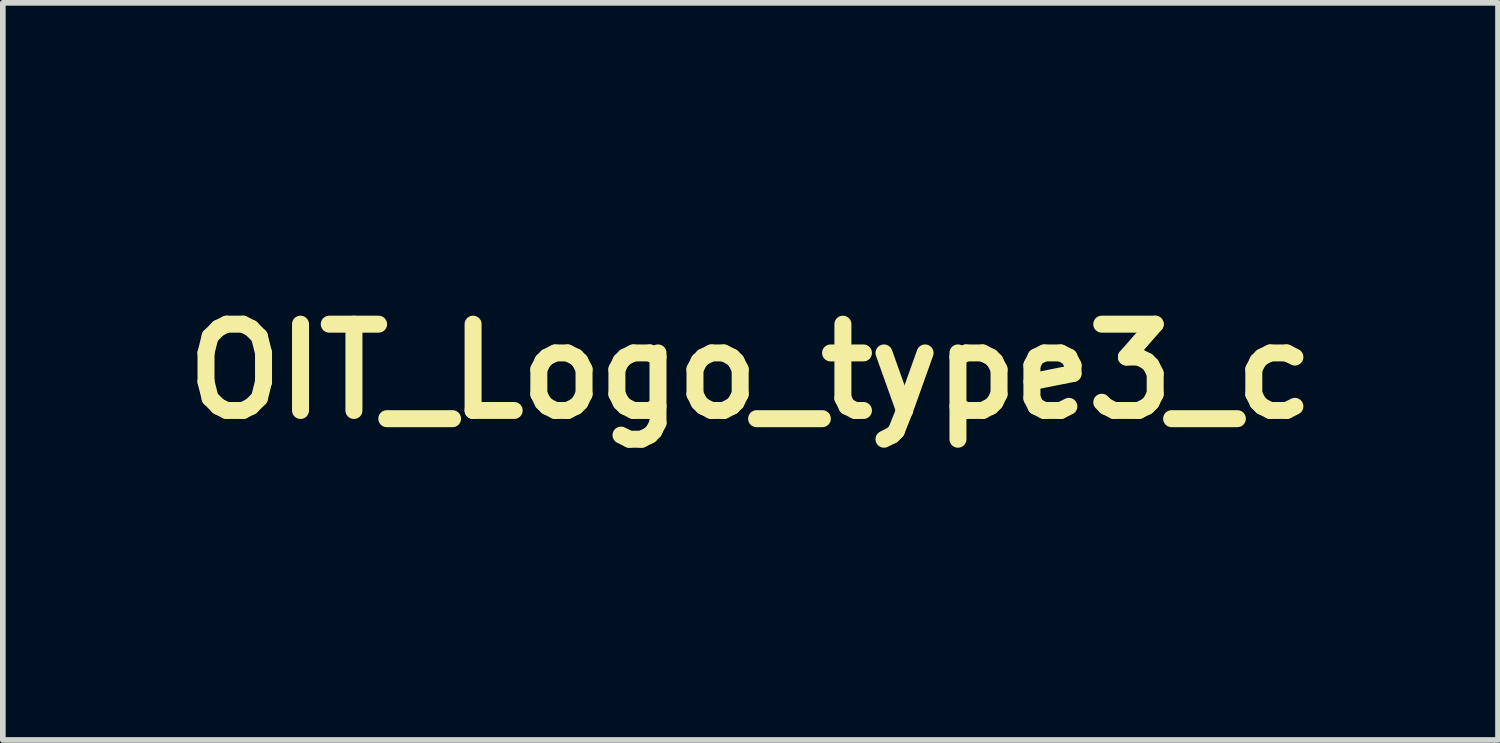
<source format=kicad_pcb>
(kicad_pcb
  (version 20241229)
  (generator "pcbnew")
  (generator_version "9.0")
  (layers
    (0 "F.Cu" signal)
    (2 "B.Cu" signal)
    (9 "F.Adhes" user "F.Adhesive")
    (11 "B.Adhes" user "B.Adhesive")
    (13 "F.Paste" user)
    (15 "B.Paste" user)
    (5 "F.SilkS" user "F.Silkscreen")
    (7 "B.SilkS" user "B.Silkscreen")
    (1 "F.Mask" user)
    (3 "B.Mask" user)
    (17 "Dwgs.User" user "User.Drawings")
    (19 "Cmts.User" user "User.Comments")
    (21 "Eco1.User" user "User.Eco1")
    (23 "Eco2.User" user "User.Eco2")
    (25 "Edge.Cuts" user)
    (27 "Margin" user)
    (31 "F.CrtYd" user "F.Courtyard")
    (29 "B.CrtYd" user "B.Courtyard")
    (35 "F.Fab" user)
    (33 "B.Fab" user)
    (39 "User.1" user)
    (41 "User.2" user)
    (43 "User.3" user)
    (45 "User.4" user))
  (footprint "OIT_Logo_type3_c"
    (layer "F.Cu")
    (at 10.204 3.51)
    (property "Reference" "OIT_Logo_type3_c" (at 0 0 0) (layer "F.SilkS") (effects (font (size 1.524 1.524) (thickness 0.3))))
    (attr through_hole)
    (fp_poly (pts (xy -1.448 -1.219) (xy -2.019 -1.219) (xy -2.019 -1.791) (xy -1.448 -1.791) (xy -1.448 -1.219)) (stroke (width 0.01) (type solid)) (fill yes) (layer "F.Mask"))
    (fp_poly (pts (xy -7.993 2.558) (xy -7.972 2.561) (xy -7.965 2.562) (xy -7.925 2.568) (xy -7.925 3.48) (xy -8.052 3.48) (xy -8.052 3.024) (xy -8.052 2.902) (xy -8.052 2.802) (xy -8.051 2.723) (xy -8.049 2.663) (xy -8.046 2.619) (xy -8.041 2.588) (xy -8.034 2.569) (xy -8.024 2.56) (xy -8.01 2.556) (xy -7.993 2.558)) (stroke (width 0.01) (type solid)) (fill yes) (layer "F.Mask"))
    (fp_poly (pts (xy -4.757 2.565) (xy -4.663 2.565) (xy -4.578 2.566) (xy -4.505 2.567) (xy -4.446 2.567) (xy -4.406 2.568) (xy -4.388 2.569) (xy -4.387 2.569) (xy -4.387 2.582) (xy -4.39 2.61) (xy -4.391 2.613) (xy -4.397 2.654) (xy -4.699 2.654) (xy -4.699 3.48) (xy -4.813 3.48) (xy -4.813 2.654) (xy -5.132 2.654) (xy -5.128 2.609) (xy -5.124 2.564) (xy -4.757 2.565)) (stroke (width 0.01) (type solid)) (fill yes) (layer "F.Mask"))
    (fp_poly (pts (xy -2.809 2.609) (xy -2.805 2.654) (xy -3.111 2.654) (xy -3.111 3.48) (xy -3.239 3.48) (xy -3.239 2.654) (xy -3.543 2.654) (xy -3.543 2.61) (xy -3.54 2.58) (xy -3.532 2.566) (xy -3.531 2.565) (xy -3.515 2.565) (xy -3.477 2.565) (xy -3.421 2.565) (xy -3.35 2.565) (xy -3.266 2.565) (xy -3.175 2.565) (xy -3.165 2.565) (xy -2.813 2.564) (xy -2.809 2.609)) (stroke (width 0.01) (type solid)) (fill yes) (layer "F.Mask"))
    (fp_poly (pts (xy -2.183 2.667) (xy -2.578 2.667) (xy -2.578 2.946) (xy -2.235 2.946) (xy -2.235 3.048) (xy -2.578 3.048) (xy -2.578 3.378) (xy -2.146 3.378) (xy -2.146 3.48) (xy -2.705 3.48) (xy -2.705 3.023) (xy -2.705 2.918) (xy -2.704 2.821) (xy -2.703 2.736) (xy -2.701 2.665) (xy -2.7 2.611) (xy -2.698 2.577) (xy -2.696 2.565) (xy -2.68 2.565) (xy -2.644 2.565) (xy -2.59 2.565) (xy -2.523 2.564) (xy -2.447 2.564) (xy -2.438 2.563) (xy -2.191 2.562) (xy -2.183 2.667)) (stroke (width 0.01) (type solid)) (fill yes) (layer "F.Mask"))
    (fp_poly (pts (xy 1.994 -2.375) (xy 0.838 -2.375) (xy 0.838 -1.791) (xy 1.41 -1.791) (xy 1.41 -0.648) (xy 1.994 -0.648) (xy 1.994 0.495) (xy -2.02 0.495) (xy -2.013 -0.641) (xy -0.922 -0.648) (xy -0.311 -0.648) (xy -0.016 -0.648) (xy 0.28 -0.648) (xy 0.276 -1.508) (xy 0.273 -2.369) (xy -0.016 -2.372) (xy -0.304 -2.375) (xy -0.308 -1.512) (xy -0.311 -0.648) (xy -0.922 -0.648) (xy -0.876 -0.648) (xy -0.876 -2.375) (xy -2.019 -2.375) (xy -2.019 -3.505) (xy 1.994 -3.505) (xy 1.994 -2.375)) (stroke (width 0.01) (type solid)) (fill yes) (layer "F.Mask"))
    (fp_poly (pts (xy 5.121 2.556) (xy 5.14 2.559) (xy 5.144 2.559) (xy 5.171 2.563) (xy 5.185 2.564) (xy 5.187 2.577) (xy 5.189 2.612) (xy 5.191 2.666) (xy 5.193 2.736) (xy 5.194 2.82) (xy 5.194 2.915) (xy 5.194 2.972) (xy 5.194 3.378) (xy 5.677 3.378) (xy 5.677 3.48) (xy 5.067 3.48) (xy 5.067 3.023) (xy 5.067 2.901) (xy 5.067 2.802) (xy 5.068 2.723) (xy 5.07 2.663) (xy 5.073 2.618) (xy 5.077 2.588) (xy 5.084 2.569) (xy 5.093 2.559) (xy 5.105 2.555) (xy 5.121 2.556)) (stroke (width 0.01) (type solid)) (fill yes) (layer "F.Mask"))
    (fp_poly (pts (xy -5.249 2.562) (xy -5.248 2.562) (xy -5.244 2.569) (xy -5.24 2.589) (xy -5.238 2.622) (xy -5.235 2.672) (xy -5.234 2.74) (xy -5.233 2.828) (xy -5.232 2.937) (xy -5.232 3.024) (xy -5.232 3.48) (xy -5.289 3.48) (xy -5.324 3.478) (xy -5.346 3.473) (xy -5.349 3.47) (xy -5.352 3.451) (xy -5.352 3.429) (xy -5.351 3.409) (xy -5.351 3.367) (xy -5.35 3.306) (xy -5.35 3.229) (xy -5.349 3.14) (xy -5.349 3.042) (xy -5.348 2.983) (xy -5.347 2.568) (xy -5.305 2.562) (xy -5.272 2.56) (xy -5.249 2.562)) (stroke (width 0.01) (type solid)) (fill yes) (layer "F.Mask"))
    (fp_poly (pts (xy -5.914 2.562) (xy -5.821 2.562) (xy -5.808 2.563) (xy -5.45 2.566) (xy -5.455 2.654) (xy -5.766 2.654) (xy -5.766 3.48) (xy -5.822 3.48) (xy -5.861 3.477) (xy -5.88 3.467) (xy -5.885 3.458) (xy -5.887 3.44) (xy -5.888 3.4) (xy -5.889 3.341) (xy -5.89 3.267) (xy -5.89 3.18) (xy -5.89 3.085) (xy -5.889 3.045) (xy -5.886 2.654) (xy -6.198 2.654) (xy -6.198 2.611) (xy -6.193 2.581) (xy -6.183 2.564) (xy -6.182 2.564) (xy -6.165 2.563) (xy -6.127 2.562) (xy -6.07 2.561) (xy -5.998 2.561) (xy -5.914 2.562)) (stroke (width 0.01) (type solid)) (fill yes) (layer "F.Mask"))
    (fp_poly (pts (xy 1.311 2.561) (xy 1.388 2.562) (xy 1.457 2.563) (xy 1.513 2.564) (xy 1.553 2.564) (xy 1.571 2.565) (xy 1.572 2.565) (xy 1.583 2.577) (xy 1.587 2.61) (xy 1.587 2.616) (xy 1.587 2.667) (xy 1.181 2.667) (xy 1.181 2.946) (xy 1.537 2.946) (xy 1.537 3.048) (xy 1.181 3.048) (xy 1.181 3.378) (xy 1.613 3.378) (xy 1.613 3.48) (xy 1.337 3.48) (xy 1.06 3.48) (xy 1.063 3.439) (xy 1.063 3.416) (xy 1.064 3.372) (xy 1.064 3.308) (xy 1.065 3.23) (xy 1.065 3.139) (xy 1.066 3.04) (xy 1.066 2.978) (xy 1.067 2.559) (xy 1.311 2.561)) (stroke (width 0.01) (type solid)) (fill yes) (layer "F.Mask"))
    (fp_poly (pts (xy 0.944 2.558) (xy 0.954 2.578) (xy 0.954 2.58) (xy 0.959 2.61) (xy 0.957 2.631) (xy 0.944 2.644) (xy 0.918 2.651) (xy 0.874 2.654) (xy 0.808 2.654) (xy 0.802 2.654) (xy 0.654 2.654) (xy 0.657 3.045) (xy 0.657 3.143) (xy 0.657 3.233) (xy 0.657 3.313) (xy 0.656 3.378) (xy 0.655 3.426) (xy 0.654 3.453) (xy 0.653 3.458) (xy 0.641 3.472) (xy 0.614 3.479) (xy 0.59 3.48) (xy 0.533 3.48) (xy 0.533 2.654) (xy 0.216 2.654) (xy 0.216 2.565) (xy 0.556 2.565) (xy 0.647 2.565) (xy 0.732 2.564) (xy 0.805 2.563) (xy 0.864 2.561) (xy 0.904 2.56) (xy 0.922 2.558) (xy 0.944 2.558)) (stroke (width 0.01) (type solid)) (fill yes) (layer "F.Mask"))
    (fp_poly (pts (xy -0.265 2.667) (xy -0.66 2.667) (xy -0.66 2.826) (xy -0.66 2.886) (xy -0.658 2.935) (xy -0.655 2.969) (xy -0.651 2.983) (xy -0.651 2.983) (xy -0.635 2.983) (xy -0.599 2.982) (xy -0.548 2.983) (xy -0.487 2.983) (xy -0.479 2.983) (xy -0.318 2.985) (xy -0.318 3.073) (xy -0.66 3.073) (xy -0.66 3.48) (xy -0.787 3.48) (xy -0.787 3.023) (xy -0.787 2.901) (xy -0.787 2.803) (xy -0.786 2.726) (xy -0.785 2.667) (xy -0.783 2.624) (xy -0.781 2.594) (xy -0.777 2.576) (xy -0.773 2.567) (xy -0.768 2.565) (xy -0.75 2.565) (xy -0.711 2.565) (xy -0.655 2.565) (xy -0.586 2.565) (xy -0.511 2.564) (xy -0.273 2.564) (xy -0.265 2.667)) (stroke (width 0.01) (type solid)) (fill yes) (layer "F.Mask"))
    (fp_poly (pts (xy 3.121 2.561) (xy 3.153 2.564) (xy 3.155 2.577) (xy 3.157 2.612) (xy 3.159 2.667) (xy 3.16 2.738) (xy 3.161 2.824) (xy 3.162 2.921) (xy 3.162 3.023) (xy 3.162 3.48) (xy 3.035 3.48) (xy 3.035 3.06) (xy 2.623 3.067) (xy 2.621 3.473) (xy 2.561 3.477) (xy 2.502 3.481) (xy 2.502 2.565) (xy 2.562 2.565) (xy 2.623 2.565) (xy 2.62 2.75) (xy 2.62 2.818) (xy 2.62 2.876) (xy 2.622 2.922) (xy 2.624 2.949) (xy 2.625 2.954) (xy 2.632 2.961) (xy 2.649 2.966) (xy 2.681 2.969) (xy 2.729 2.971) (xy 2.798 2.972) (xy 2.833 2.972) (xy 3.035 2.972) (xy 3.035 2.77) (xy 3.036 2.688) (xy 3.038 2.629) (xy 3.041 2.59) (xy 3.046 2.568) (xy 3.051 2.562) (xy 3.077 2.559) (xy 3.121 2.561)) (stroke (width 0.01) (type solid)) (fill yes) (layer "F.Mask"))
    (fp_poly (pts (xy -7.643 2.56) (xy -7.611 2.566) (xy -7.594 2.574) (xy -7.585 2.586) (xy -7.564 2.617) (xy -7.534 2.664) (xy -7.495 2.724) (xy -7.45 2.793) (xy -7.4 2.87) (xy -7.348 2.951) (xy -7.295 3.034) (xy -7.242 3.115) (xy -7.193 3.192) (xy -7.167 3.234) (xy -7.162 3.236) (xy -7.158 3.226) (xy -7.156 3.2) (xy -7.154 3.157) (xy -7.152 3.096) (xy -7.151 3.012) (xy -7.151 2.911) (xy -7.15 2.565) (xy -7.036 2.565) (xy -7.036 3.48) (xy -7.096 3.479) (xy -7.156 3.479) (xy -7.328 3.211) (xy -7.379 3.131) (xy -7.428 3.053) (xy -7.473 2.981) (xy -7.512 2.92) (xy -7.541 2.872) (xy -7.553 2.853) (xy -7.607 2.763) (xy -7.607 3.48) (xy -7.722 3.48) (xy -7.722 3.024) (xy -7.721 2.898) (xy -7.721 2.796) (xy -7.72 2.715) (xy -7.718 2.654) (xy -7.716 2.61) (xy -7.713 2.581) (xy -7.709 2.566) (xy -7.706 2.562) (xy -7.679 2.559) (xy -7.643 2.56)) (stroke (width 0.01) (type solid)) (fill yes) (layer "F.Mask"))
    (fp_poly (pts (xy 0.988 1.076) (xy 1.023 1.08) (xy 1.046 1.083) (xy 1.051 1.085) (xy 1.043 1.094) (xy 1.022 1.121) (xy 0.988 1.16) (xy 0.945 1.211) (xy 0.894 1.269) (xy 0.871 1.296) (xy 0.688 1.505) (xy 0.723 1.543) (xy 0.743 1.566) (xy 0.776 1.602) (xy 0.818 1.65) (xy 0.867 1.704) (xy 0.918 1.762) (xy 0.969 1.819) (xy 1.016 1.872) (xy 1.056 1.918) (xy 1.086 1.952) (xy 1.102 1.971) (xy 1.103 1.972) (xy 1.111 1.984) (xy 1.107 1.991) (xy 1.087 1.993) (xy 1.045 1.994) (xy 0.969 1.994) (xy 0.552 1.525) (xy 0.549 1.759) (xy 0.546 1.994) (xy 0.419 1.994) (xy 0.419 1.537) (xy 0.419 1.411) (xy 0.42 1.31) (xy 0.421 1.229) (xy 0.423 1.168) (xy 0.425 1.125) (xy 0.428 1.096) (xy 0.432 1.082) (xy 0.435 1.078) (xy 0.458 1.077) (xy 0.492 1.075) (xy 0.495 1.075) (xy 0.54 1.073) (xy 0.546 1.286) (xy 0.552 1.5) (xy 0.74 1.284) (xy 0.927 1.069) (xy 0.988 1.076)) (stroke (width 0.01) (type solid)) (fill yes) (layer "F.Mask"))
    (fp_poly (pts (xy 7.414 2.56) (xy 7.448 2.563) (xy 7.472 2.567) (xy 7.476 2.569) (xy 7.486 2.582) (xy 7.507 2.613) (xy 7.536 2.657) (xy 7.571 2.712) (xy 7.594 2.749) (xy 7.63 2.807) (xy 7.661 2.857) (xy 7.685 2.895) (xy 7.7 2.917) (xy 7.703 2.921) (xy 7.711 2.911) (xy 7.729 2.883) (xy 7.756 2.84) (xy 7.788 2.787) (xy 7.805 2.759) (xy 7.841 2.701) (xy 7.873 2.649) (xy 7.899 2.609) (xy 7.915 2.585) (xy 7.919 2.58) (xy 7.937 2.57) (xy 7.968 2.563) (xy 8.001 2.559) (xy 8.028 2.56) (xy 8.039 2.567) (xy 8.039 2.567) (xy 8.033 2.58) (xy 8.015 2.612) (xy 7.988 2.659) (xy 7.953 2.718) (xy 7.912 2.785) (xy 7.893 2.816) (xy 7.748 3.054) (xy 7.751 3.267) (xy 7.753 3.48) (xy 7.693 3.48) (xy 7.633 3.48) (xy 7.633 3.047) (xy 7.533 2.886) (xy 7.476 2.793) (xy 7.431 2.719) (xy 7.396 2.663) (xy 7.371 2.621) (xy 7.355 2.593) (xy 7.345 2.575) (xy 7.341 2.566) (xy 7.341 2.564) (xy 7.352 2.56) (xy 7.379 2.559) (xy 7.414 2.56)) (stroke (width 0.01) (type solid)) (fill yes) (layer "F.Mask"))
    (fp_poly (pts (xy -1.199 2.549) (xy -1.117 2.581) (xy -1.047 2.634) (xy -1.013 2.674) (xy -0.971 2.739) (xy -0.943 2.81) (xy -0.925 2.895) (xy -0.918 2.975) (xy -0.919 3.102) (xy -0.94 3.214) (xy -0.978 3.311) (xy -1.033 3.391) (xy -1.106 3.452) (xy -1.137 3.47) (xy -1.195 3.491) (xy -1.267 3.502) (xy -1.342 3.502) (xy -1.41 3.492) (xy -1.447 3.48) (xy -1.529 3.432) (xy -1.593 3.374) (xy -1.639 3.302) (xy -1.67 3.214) (xy -1.686 3.108) (xy -1.69 3.024) (xy -1.69 3.018) (xy -1.566 3.018) (xy -1.559 3.125) (xy -1.54 3.213) (xy -1.506 3.286) (xy -1.472 3.332) (xy -1.415 3.383) (xy -1.354 3.409) (xy -1.286 3.412) (xy -1.238 3.402) (xy -1.175 3.372) (xy -1.123 3.321) (xy -1.084 3.251) (xy -1.057 3.164) (xy -1.044 3.063) (xy -1.044 2.986) (xy -1.057 2.877) (xy -1.085 2.787) (xy -1.126 2.716) (xy -1.18 2.666) (xy -1.246 2.636) (xy -1.309 2.629) (xy -1.381 2.64) (xy -1.443 2.674) (xy -1.493 2.728) (xy -1.531 2.801) (xy -1.556 2.892) (xy -1.566 2.998) (xy -1.566 3.018) (xy -1.69 3.018) (xy -1.686 2.914) (xy -1.67 2.824) (xy -1.643 2.748) (xy -1.602 2.682) (xy -1.581 2.657) (xy -1.515 2.597) (xy -1.441 2.558) (xy -1.357 2.54) (xy -1.295 2.537) (xy -1.199 2.549)) (stroke (width 0.01) (type solid)) (fill yes) (layer "F.Mask"))
    (fp_poly (pts (xy 3.412 2.559) (xy 3.45 2.566) (xy 3.476 2.576) (xy 3.481 2.581) (xy 3.49 2.595) (xy 3.511 2.628) (xy 3.542 2.677) (xy 3.582 2.739) (xy 3.628 2.811) (xy 3.678 2.889) (xy 3.692 2.91) (xy 3.743 2.991) (xy 3.791 3.065) (xy 3.833 3.131) (xy 3.867 3.184) (xy 3.891 3.222) (xy 3.904 3.243) (xy 3.905 3.245) (xy 3.91 3.243) (xy 3.913 3.219) (xy 3.916 3.174) (xy 3.919 3.107) (xy 3.921 3.015) (xy 3.922 2.919) (xy 3.924 2.828) (xy 3.925 2.746) (xy 3.926 2.676) (xy 3.927 2.621) (xy 3.928 2.584) (xy 3.928 2.57) (xy 3.929 2.57) (xy 3.941 2.567) (xy 3.97 2.563) (xy 3.978 2.562) (xy 4.026 2.555) (xy 4.027 2.97) (xy 4.028 3.072) (xy 4.028 3.169) (xy 4.029 3.255) (xy 4.029 3.329) (xy 4.03 3.385) (xy 4.03 3.422) (xy 4.03 3.433) (xy 4.032 3.481) (xy 3.969 3.477) (xy 3.906 3.473) (xy 3.743 3.219) (xy 3.693 3.141) (xy 3.643 3.063) (xy 3.597 2.99) (xy 3.557 2.927) (xy 3.526 2.879) (xy 3.517 2.864) (xy 3.454 2.763) (xy 3.454 3.48) (xy 3.344 3.48) (xy 3.347 3.432) (xy 3.348 3.408) (xy 3.349 3.362) (xy 3.349 3.297) (xy 3.35 3.218) (xy 3.351 3.127) (xy 3.351 3.027) (xy 3.351 2.97) (xy 3.353 2.555) (xy 3.412 2.559)) (stroke (width 0.01) (type solid)) (fill yes) (layer "F.Mask"))
    (fp_poly (pts (xy 7.073 2.545) (xy 7.152 2.571) (xy 7.213 2.614) (xy 7.255 2.673) (xy 7.258 2.679) (xy 7.27 2.711) (xy 7.276 2.733) (xy 7.275 2.737) (xy 7.26 2.742) (xy 7.23 2.749) (xy 7.224 2.75) (xy 7.194 2.752) (xy 7.174 2.744) (xy 7.156 2.719) (xy 7.152 2.711) (xy 7.113 2.668) (xy 7.059 2.641) (xy 6.998 2.63) (xy 6.933 2.635) (xy 6.871 2.655) (xy 6.816 2.692) (xy 6.791 2.72) (xy 6.753 2.785) (xy 6.728 2.863) (xy 6.716 2.957) (xy 6.714 3.01) (xy 6.718 3.114) (xy 6.733 3.199) (xy 6.761 3.268) (xy 6.802 3.325) (xy 6.812 3.335) (xy 6.867 3.38) (xy 6.926 3.405) (xy 6.993 3.412) (xy 7.073 3.401) (xy 7.115 3.39) (xy 7.163 3.377) (xy 7.163 3.115) (xy 7.061 3.116) (xy 6.96 3.118) (xy 6.96 3.023) (xy 7.277 3.023) (xy 7.277 3.44) (xy 7.204 3.468) (xy 7.138 3.486) (xy 7.06 3.498) (xy 6.978 3.502) (xy 6.903 3.498) (xy 6.844 3.486) (xy 6.775 3.452) (xy 6.711 3.397) (xy 6.657 3.328) (xy 6.617 3.251) (xy 6.599 3.187) (xy 6.593 3.134) (xy 6.59 3.067) (xy 6.591 2.994) (xy 6.594 2.923) (xy 6.6 2.86) (xy 6.609 2.815) (xy 6.609 2.812) (xy 6.65 2.718) (xy 6.706 2.642) (xy 6.778 2.586) (xy 6.865 2.551) (xy 6.965 2.537) (xy 6.978 2.536) (xy 7.073 2.545)) (stroke (width 0.01) (type solid)) (fill yes) (layer "F.Mask"))
    (fp_poly (pts (xy 0.154 1.517) (xy 0.192 1.618) (xy 0.227 1.712) (xy 0.259 1.796) (xy 0.286 1.867) (xy 0.307 1.923) (xy 0.321 1.961) (xy 0.327 1.978) (xy 0.327 1.979) (xy 0.325 1.988) (xy 0.305 1.992) (xy 0.266 1.991) (xy 0.198 1.988) (xy 0.152 1.867) (xy 0.107 1.746) (xy -0.298 1.74) (xy -0.4 1.994) (xy -0.454 1.994) (xy -0.487 1.992) (xy -0.506 1.987) (xy -0.508 1.985) (xy -0.507 1.98) (xy -0.503 1.97) (xy -0.497 1.952) (xy -0.486 1.924) (xy -0.47 1.885) (xy -0.449 1.833) (xy -0.422 1.767) (xy -0.388 1.683) (xy -0.371 1.641) (xy -0.254 1.641) (xy -0.242 1.645) (xy -0.21 1.648) (xy -0.161 1.65) (xy -0.102 1.651) (xy -0.095 1.651) (xy -0.035 1.65) (xy 0.015 1.648) (xy 0.049 1.645) (xy 0.063 1.642) (xy 0.064 1.641) (xy 0.059 1.626) (xy 0.048 1.592) (xy 0.031 1.544) (xy 0.01 1.489) (xy -0.013 1.43) (xy -0.036 1.371) (xy -0.056 1.319) (xy -0.074 1.278) (xy -0.085 1.251) (xy -0.089 1.245) (xy -0.096 1.256) (xy -0.11 1.286) (xy -0.129 1.33) (xy -0.152 1.383) (xy -0.177 1.442) (xy -0.201 1.5) (xy -0.222 1.554) (xy -0.24 1.599) (xy -0.251 1.63) (xy -0.254 1.641) (xy -0.371 1.641) (xy -0.347 1.581) (xy -0.297 1.459) (xy -0.251 1.346) (xy -0.144 1.086) (xy -0.079 1.079) (xy -0.014 1.073) (xy 0.154 1.517)) (stroke (width 0.01) (type solid)) (fill yes) (layer "F.Mask"))
    (fp_poly (pts (xy 6.189 2.549) (xy 6.274 2.582) (xy 6.345 2.635) (xy 6.402 2.707) (xy 6.443 2.797) (xy 6.468 2.902) (xy 6.475 3.022) (xy 6.473 3.071) (xy 6.458 3.184) (xy 6.427 3.28) (xy 6.38 3.36) (xy 6.361 3.384) (xy 6.303 3.44) (xy 6.242 3.475) (xy 6.171 3.495) (xy 6.109 3.501) (xy 6.055 3.501) (xy 6.006 3.497) (xy 5.971 3.492) (xy 5.971 3.491) (xy 5.888 3.453) (xy 5.819 3.395) (xy 5.764 3.319) (xy 5.724 3.228) (xy 5.701 3.122) (xy 5.696 3.006) (xy 5.821 3.006) (xy 5.827 3.104) (xy 5.847 3.204) (xy 5.848 3.207) (xy 5.873 3.266) (xy 5.91 3.322) (xy 5.954 3.369) (xy 6 3.399) (xy 6.012 3.403) (xy 6.068 3.411) (xy 6.132 3.405) (xy 6.189 3.388) (xy 6.203 3.381) (xy 6.253 3.338) (xy 6.295 3.274) (xy 6.326 3.196) (xy 6.345 3.105) (xy 6.35 3.027) (xy 6.342 2.916) (xy 6.32 2.821) (xy 6.283 2.743) (xy 6.234 2.685) (xy 6.173 2.647) (xy 6.101 2.63) (xy 6.044 2.633) (xy 5.982 2.653) (xy 5.929 2.694) (xy 5.885 2.754) (xy 5.852 2.828) (xy 5.83 2.913) (xy 5.821 3.006) (xy 5.696 3.006) (xy 5.696 3.005) (xy 5.701 2.934) (xy 5.718 2.836) (xy 5.745 2.756) (xy 5.785 2.688) (xy 5.816 2.65) (xy 5.886 2.59) (xy 5.967 2.553) (xy 6.06 2.537) (xy 6.091 2.537) (xy 6.189 2.549)) (stroke (width 0.01) (type solid)) (fill yes) (layer "F.Mask"))
    (fp_poly (pts (xy -3.681 2.563) (xy -3.676 2.563) (xy -3.631 2.568) (xy -3.633 2.894) (xy -3.635 3.014) (xy -3.637 3.113) (xy -3.64 3.191) (xy -3.646 3.253) (xy -3.654 3.302) (xy -3.665 3.34) (xy -3.679 3.371) (xy -3.697 3.397) (xy -3.715 3.416) (xy -3.756 3.45) (xy -3.802 3.478) (xy -3.821 3.486) (xy -3.887 3.5) (xy -3.966 3.504) (xy -4.046 3.499) (xy -4.118 3.484) (xy -4.125 3.481) (xy -4.169 3.463) (xy -4.208 3.441) (xy -4.223 3.429) (xy -4.242 3.409) (xy -4.257 3.388) (xy -4.269 3.362) (xy -4.278 3.328) (xy -4.285 3.283) (xy -4.289 3.225) (xy -4.292 3.151) (xy -4.294 3.057) (xy -4.296 2.941) (xy -4.296 2.931) (xy -4.299 2.565) (xy -4.239 2.565) (xy -4.18 2.565) (xy -4.176 2.924) (xy -4.174 3.038) (xy -4.172 3.13) (xy -4.169 3.202) (xy -4.165 3.257) (xy -4.158 3.298) (xy -4.148 3.327) (xy -4.135 3.349) (xy -4.117 3.365) (xy -4.096 3.378) (xy -4.08 3.386) (xy -4.025 3.403) (xy -3.961 3.409) (xy -3.898 3.405) (xy -3.846 3.389) (xy -3.839 3.385) (xy -3.815 3.37) (xy -3.797 3.353) (xy -3.782 3.332) (xy -3.771 3.303) (xy -3.763 3.265) (xy -3.757 3.213) (xy -3.753 3.145) (xy -3.751 3.058) (xy -3.749 2.95) (xy -3.749 2.921) (xy -3.747 2.829) (xy -3.745 2.746) (xy -3.742 2.675) (xy -3.739 2.619) (xy -3.736 2.581) (xy -3.733 2.565) (xy -3.733 2.565) (xy -3.714 2.561) (xy -3.681 2.563)) (stroke (width 0.01) (type solid)) (fill yes) (layer "F.Mask"))
    (fp_poly (pts (xy 1.581 1.074) (xy 1.619 1.075) (xy 1.64 1.083) (xy 1.654 1.103) (xy 1.666 1.131) (xy 1.676 1.157) (xy 1.694 1.203) (xy 1.718 1.266) (xy 1.747 1.343) (xy 1.779 1.429) (xy 1.815 1.522) (xy 1.827 1.556) (xy 1.862 1.649) (xy 1.895 1.735) (xy 1.924 1.812) (xy 1.949 1.876) (xy 1.967 1.925) (xy 1.978 1.953) (xy 1.98 1.959) (xy 1.993 1.994) (xy 1.925 1.994) (xy 1.884 1.993) (xy 1.861 1.987) (xy 1.85 1.974) (xy 1.847 1.965) (xy 1.838 1.94) (xy 1.823 1.899) (xy 1.805 1.85) (xy 1.801 1.838) (xy 1.763 1.74) (xy 1.362 1.74) (xy 1.26 1.988) (xy 1.202 1.991) (xy 1.165 1.992) (xy 1.15 1.987) (xy 1.15 1.979) (xy 1.156 1.964) (xy 1.171 1.928) (xy 1.193 1.873) (xy 1.221 1.804) (xy 1.255 1.722) (xy 1.283 1.651) (xy 1.397 1.651) (xy 1.563 1.651) (xy 1.634 1.65) (xy 1.682 1.649) (xy 1.711 1.645) (xy 1.723 1.64) (xy 1.724 1.635) (xy 1.676 1.509) (xy 1.637 1.407) (xy 1.607 1.329) (xy 1.585 1.274) (xy 1.572 1.243) (xy 1.568 1.235) (xy 1.562 1.247) (xy 1.549 1.279) (xy 1.53 1.325) (xy 1.507 1.382) (xy 1.501 1.397) (xy 1.475 1.461) (xy 1.451 1.52) (xy 1.431 1.569) (xy 1.418 1.601) (xy 1.417 1.603) (xy 1.397 1.651) (xy 1.283 1.651) (xy 1.292 1.629) (xy 1.333 1.53) (xy 1.338 1.518) (xy 1.52 1.074) (xy 1.581 1.074)) (stroke (width 0.01) (type solid)) (fill yes) (layer "F.Mask"))
    (fp_poly (pts (xy 2.153 2.542) (xy 2.215 2.555) (xy 2.241 2.565) (xy 2.288 2.596) (xy 2.327 2.638) (xy 2.354 2.684) (xy 2.362 2.722) (xy 2.36 2.744) (xy 2.347 2.754) (xy 2.318 2.756) (xy 2.313 2.756) (xy 2.279 2.753) (xy 2.261 2.742) (xy 2.25 2.718) (xy 2.222 2.673) (xy 2.174 2.644) (xy 2.108 2.632) (xy 2.069 2.632) (xy 2.016 2.636) (xy 1.979 2.647) (xy 1.947 2.665) (xy 1.938 2.671) (xy 1.887 2.726) (xy 1.847 2.798) (xy 1.82 2.883) (xy 1.806 2.975) (xy 1.807 3.071) (xy 1.821 3.164) (xy 1.85 3.251) (xy 1.872 3.292) (xy 1.92 3.352) (xy 1.978 3.39) (xy 2.049 3.408) (xy 2.083 3.409) (xy 2.156 3.4) (xy 2.21 3.376) (xy 2.244 3.335) (xy 2.25 3.321) (xy 2.263 3.291) (xy 2.282 3.279) (xy 2.313 3.277) (xy 2.346 3.279) (xy 2.365 3.285) (xy 2.367 3.286) (xy 2.367 3.303) (xy 2.359 3.334) (xy 2.355 3.346) (xy 2.324 3.403) (xy 2.276 3.452) (xy 2.219 3.485) (xy 2.201 3.492) (xy 2.137 3.502) (xy 2.061 3.503) (xy 1.986 3.495) (xy 1.939 3.485) (xy 1.876 3.454) (xy 1.815 3.405) (xy 1.762 3.344) (xy 1.723 3.277) (xy 1.716 3.261) (xy 1.694 3.175) (xy 1.681 3.075) (xy 1.68 2.972) (xy 1.688 2.896) (xy 1.714 2.794) (xy 1.757 2.705) (xy 1.814 2.632) (xy 1.884 2.578) (xy 1.949 2.551) (xy 2.011 2.539) (xy 2.082 2.537) (xy 2.153 2.542)) (stroke (width 0.01) (type solid)) (fill yes) (layer "F.Mask"))
    (fp_poly (pts (xy 4.627 2.542) (xy 4.714 2.572) (xy 4.792 2.622) (xy 4.856 2.691) (xy 4.903 2.777) (xy 4.91 2.794) (xy 4.923 2.847) (xy 4.932 2.917) (xy 4.938 2.995) (xy 4.938 3.072) (xy 4.933 3.14) (xy 4.928 3.173) (xy 4.895 3.274) (xy 4.844 3.361) (xy 4.778 3.43) (xy 4.718 3.47) (xy 4.666 3.488) (xy 4.6 3.499) (xy 4.528 3.502) (xy 4.461 3.496) (xy 4.423 3.488) (xy 4.345 3.449) (xy 4.278 3.389) (xy 4.223 3.311) (xy 4.183 3.217) (xy 4.183 3.216) (xy 4.169 3.146) (xy 4.163 3.06) (xy 4.163 3.022) (xy 4.289 3.022) (xy 4.296 3.131) (xy 4.318 3.222) (xy 4.356 3.297) (xy 4.383 3.332) (xy 4.442 3.383) (xy 4.507 3.41) (xy 4.577 3.412) (xy 4.644 3.392) (xy 4.704 3.351) (xy 4.752 3.289) (xy 4.787 3.21) (xy 4.807 3.114) (xy 4.812 3.005) (xy 4.811 2.982) (xy 4.797 2.874) (xy 4.769 2.785) (xy 4.728 2.715) (xy 4.673 2.665) (xy 4.606 2.636) (xy 4.546 2.629) (xy 4.474 2.64) (xy 4.412 2.674) (xy 4.362 2.729) (xy 4.325 2.802) (xy 4.3 2.894) (xy 4.29 3.002) (xy 4.289 3.022) (xy 4.163 3.022) (xy 4.164 2.969) (xy 4.174 2.881) (xy 4.191 2.806) (xy 4.192 2.804) (xy 4.212 2.749) (xy 4.235 2.706) (xy 4.268 2.665) (xy 4.292 2.641) (xy 4.338 2.599) (xy 4.379 2.571) (xy 4.423 2.554) (xy 4.433 2.551) (xy 4.532 2.535) (xy 4.627 2.542)) (stroke (width 0.01) (type solid)) (fill yes) (layer "F.Mask"))
    (fp_poly (pts (xy -1.596 1.052) (xy -1.532 1.06) (xy -1.494 1.071) (xy -1.412 1.119) (xy -1.346 1.187) (xy -1.296 1.272) (xy -1.262 1.372) (xy -1.247 1.487) (xy -1.248 1.585) (xy -1.261 1.691) (xy -1.287 1.779) (xy -1.327 1.853) (xy -1.377 1.912) (xy -1.443 1.967) (xy -1.504 1.998) (xy -1.579 2.014) (xy -1.662 2.017) (xy -1.742 2.007) (xy -1.778 1.997) (xy -1.844 1.962) (xy -1.905 1.907) (xy -1.956 1.838) (xy -1.991 1.76) (xy -1.992 1.757) (xy -2.007 1.7) (xy -2.02 1.641) (xy -2.026 1.599) (xy -2.028 1.543) (xy -1.897 1.543) (xy -1.89 1.647) (xy -1.872 1.733) (xy -1.839 1.803) (xy -1.794 1.859) (xy -1.735 1.905) (xy -1.672 1.926) (xy -1.601 1.924) (xy -1.572 1.917) (xy -1.514 1.891) (xy -1.466 1.847) (xy -1.425 1.782) (xy -1.415 1.763) (xy -1.399 1.724) (xy -1.388 1.69) (xy -1.382 1.653) (xy -1.379 1.606) (xy -1.378 1.543) (xy -1.382 1.442) (xy -1.395 1.361) (xy -1.417 1.295) (xy -1.451 1.239) (xy -1.465 1.222) (xy -1.522 1.174) (xy -1.588 1.148) (xy -1.656 1.142) (xy -1.724 1.159) (xy -1.784 1.196) (xy -1.813 1.225) (xy -1.853 1.289) (xy -1.88 1.367) (xy -1.894 1.462) (xy -1.897 1.543) (xy -2.028 1.543) (xy -2.028 1.527) (xy -2.022 1.444) (xy -2.008 1.362) (xy -1.988 1.29) (xy -1.98 1.27) (xy -1.946 1.213) (xy -1.897 1.156) (xy -1.84 1.107) (xy -1.783 1.072) (xy -1.782 1.072) (xy -1.731 1.058) (xy -1.665 1.051) (xy -1.596 1.052)) (stroke (width 0.01) (type solid)) (fill yes) (layer "F.Mask"))
    (fp_poly (pts (xy -6.462 2.542) (xy -6.391 2.562) (xy -6.34 2.596) (xy -6.306 2.645) (xy -6.294 2.683) (xy -6.29 2.704) (xy -6.297 2.714) (xy -6.318 2.717) (xy -6.347 2.718) (xy -6.386 2.716) (xy -6.407 2.708) (xy -6.42 2.69) (xy -6.42 2.689) (xy -6.445 2.657) (xy -6.487 2.638) (xy -6.548 2.631) (xy -6.577 2.632) (xy -6.623 2.636) (xy -6.653 2.643) (xy -6.674 2.658) (xy -6.695 2.68) (xy -6.723 2.724) (xy -6.731 2.772) (xy -6.731 2.773) (xy -6.721 2.818) (xy -6.691 2.861) (xy -6.638 2.902) (xy -6.562 2.944) (xy -6.518 2.964) (xy -6.423 3.009) (xy -6.352 3.056) (xy -6.303 3.107) (xy -6.274 3.163) (xy -6.262 3.227) (xy -6.261 3.245) (xy -6.273 3.322) (xy -6.306 3.39) (xy -6.357 3.446) (xy -6.423 3.484) (xy -6.446 3.491) (xy -6.5 3.5) (xy -6.566 3.504) (xy -6.637 3.502) (xy -6.7 3.494) (xy -6.74 3.484) (xy -6.795 3.454) (xy -6.841 3.409) (xy -6.871 3.357) (xy -6.878 3.333) (xy -6.882 3.302) (xy -6.881 3.283) (xy -6.88 3.282) (xy -6.864 3.276) (xy -6.833 3.271) (xy -6.822 3.27) (xy -6.788 3.268) (xy -6.771 3.275) (xy -6.761 3.298) (xy -6.756 3.315) (xy -6.735 3.359) (xy -6.697 3.389) (xy -6.641 3.405) (xy -6.585 3.408) (xy -6.509 3.4) (xy -6.45 3.375) (xy -6.411 3.334) (xy -6.391 3.277) (xy -6.388 3.244) (xy -6.396 3.205) (xy -6.419 3.169) (xy -6.461 3.134) (xy -6.524 3.098) (xy -6.6 3.063) (xy -6.696 3.016) (xy -6.767 2.967) (xy -6.817 2.915) (xy -6.845 2.858) (xy -6.847 2.852) (xy -6.856 2.774) (xy -6.843 2.7) (xy -6.81 2.636) (xy -6.757 2.584) (xy -6.723 2.565) (xy -6.686 2.549) (xy -6.646 2.54) (xy -6.596 2.536) (xy -6.553 2.536) (xy -6.462 2.542)) (stroke (width 0.01) (type solid)) (fill yes) (layer "F.Mask"))
    (fp_poly (pts (xy -0.777 1.053) (xy -0.723 1.06) (xy -0.69 1.071) (xy -0.649 1.1) (xy -0.613 1.137) (xy -0.59 1.176) (xy -0.584 1.201) (xy -0.587 1.221) (xy -0.6 1.23) (xy -0.63 1.232) (xy -0.637 1.232) (xy -0.677 1.228) (xy -0.705 1.212) (xy -0.724 1.192) (xy -0.747 1.168) (xy -0.771 1.155) (xy -0.806 1.148) (xy -0.834 1.146) (xy -0.904 1.147) (xy -0.955 1.164) (xy -0.993 1.199) (xy -1.009 1.227) (xy -1.023 1.264) (xy -1.023 1.297) (xy -1.017 1.322) (xy -1.006 1.35) (xy -0.989 1.374) (xy -0.961 1.398) (xy -0.92 1.423) (xy -0.862 1.453) (xy -0.808 1.479) (xy -0.734 1.514) (xy -0.68 1.543) (xy -0.641 1.569) (xy -0.613 1.596) (xy -0.591 1.625) (xy -0.582 1.643) (xy -0.558 1.713) (xy -0.556 1.786) (xy -0.574 1.856) (xy -0.609 1.919) (xy -0.66 1.97) (xy -0.724 2.003) (xy -0.734 2.006) (xy -0.782 2.014) (xy -0.845 2.017) (xy -0.913 2.016) (xy -0.978 2.011) (xy -1.013 2.004) (xy -1.072 1.979) (xy -1.122 1.936) (xy -1.159 1.881) (xy -1.169 1.853) (xy -1.176 1.82) (xy -1.179 1.799) (xy -1.178 1.796) (xy -1.164 1.792) (xy -1.133 1.787) (xy -1.114 1.785) (xy -1.078 1.782) (xy -1.06 1.786) (xy -1.055 1.798) (xy -1.054 1.811) (xy -1.042 1.85) (xy -1.01 1.884) (xy -0.963 1.909) (xy -0.906 1.923) (xy -0.843 1.925) (xy -0.83 1.923) (xy -0.772 1.905) (xy -0.726 1.871) (xy -0.694 1.828) (xy -0.68 1.779) (xy -0.685 1.73) (xy -0.71 1.684) (xy -0.72 1.674) (xy -0.743 1.658) (xy -0.783 1.633) (xy -0.836 1.604) (xy -0.895 1.574) (xy -0.906 1.568) (xy -0.973 1.534) (xy -1.023 1.506) (xy -1.058 1.482) (xy -1.084 1.458) (xy -1.102 1.437) (xy -1.125 1.403) (xy -1.137 1.373) (xy -1.142 1.336) (xy -1.143 1.3) (xy -1.141 1.252) (xy -1.135 1.212) (xy -1.129 1.19) (xy -1.093 1.139) (xy -1.044 1.094) (xy -1.003 1.071) (xy -0.961 1.059) (xy -0.903 1.052) (xy -0.839 1.05) (xy -0.777 1.053)) (stroke (width 0.01) (type solid)) (fill yes) (layer "F.Mask")))
  (gr_rect
    (start -3 -3)
    (end 23.407 10.019)
    (stroke (width 0.1) (type default))
    (fill no)
    (layer "Edge.Cuts")))
</source>
